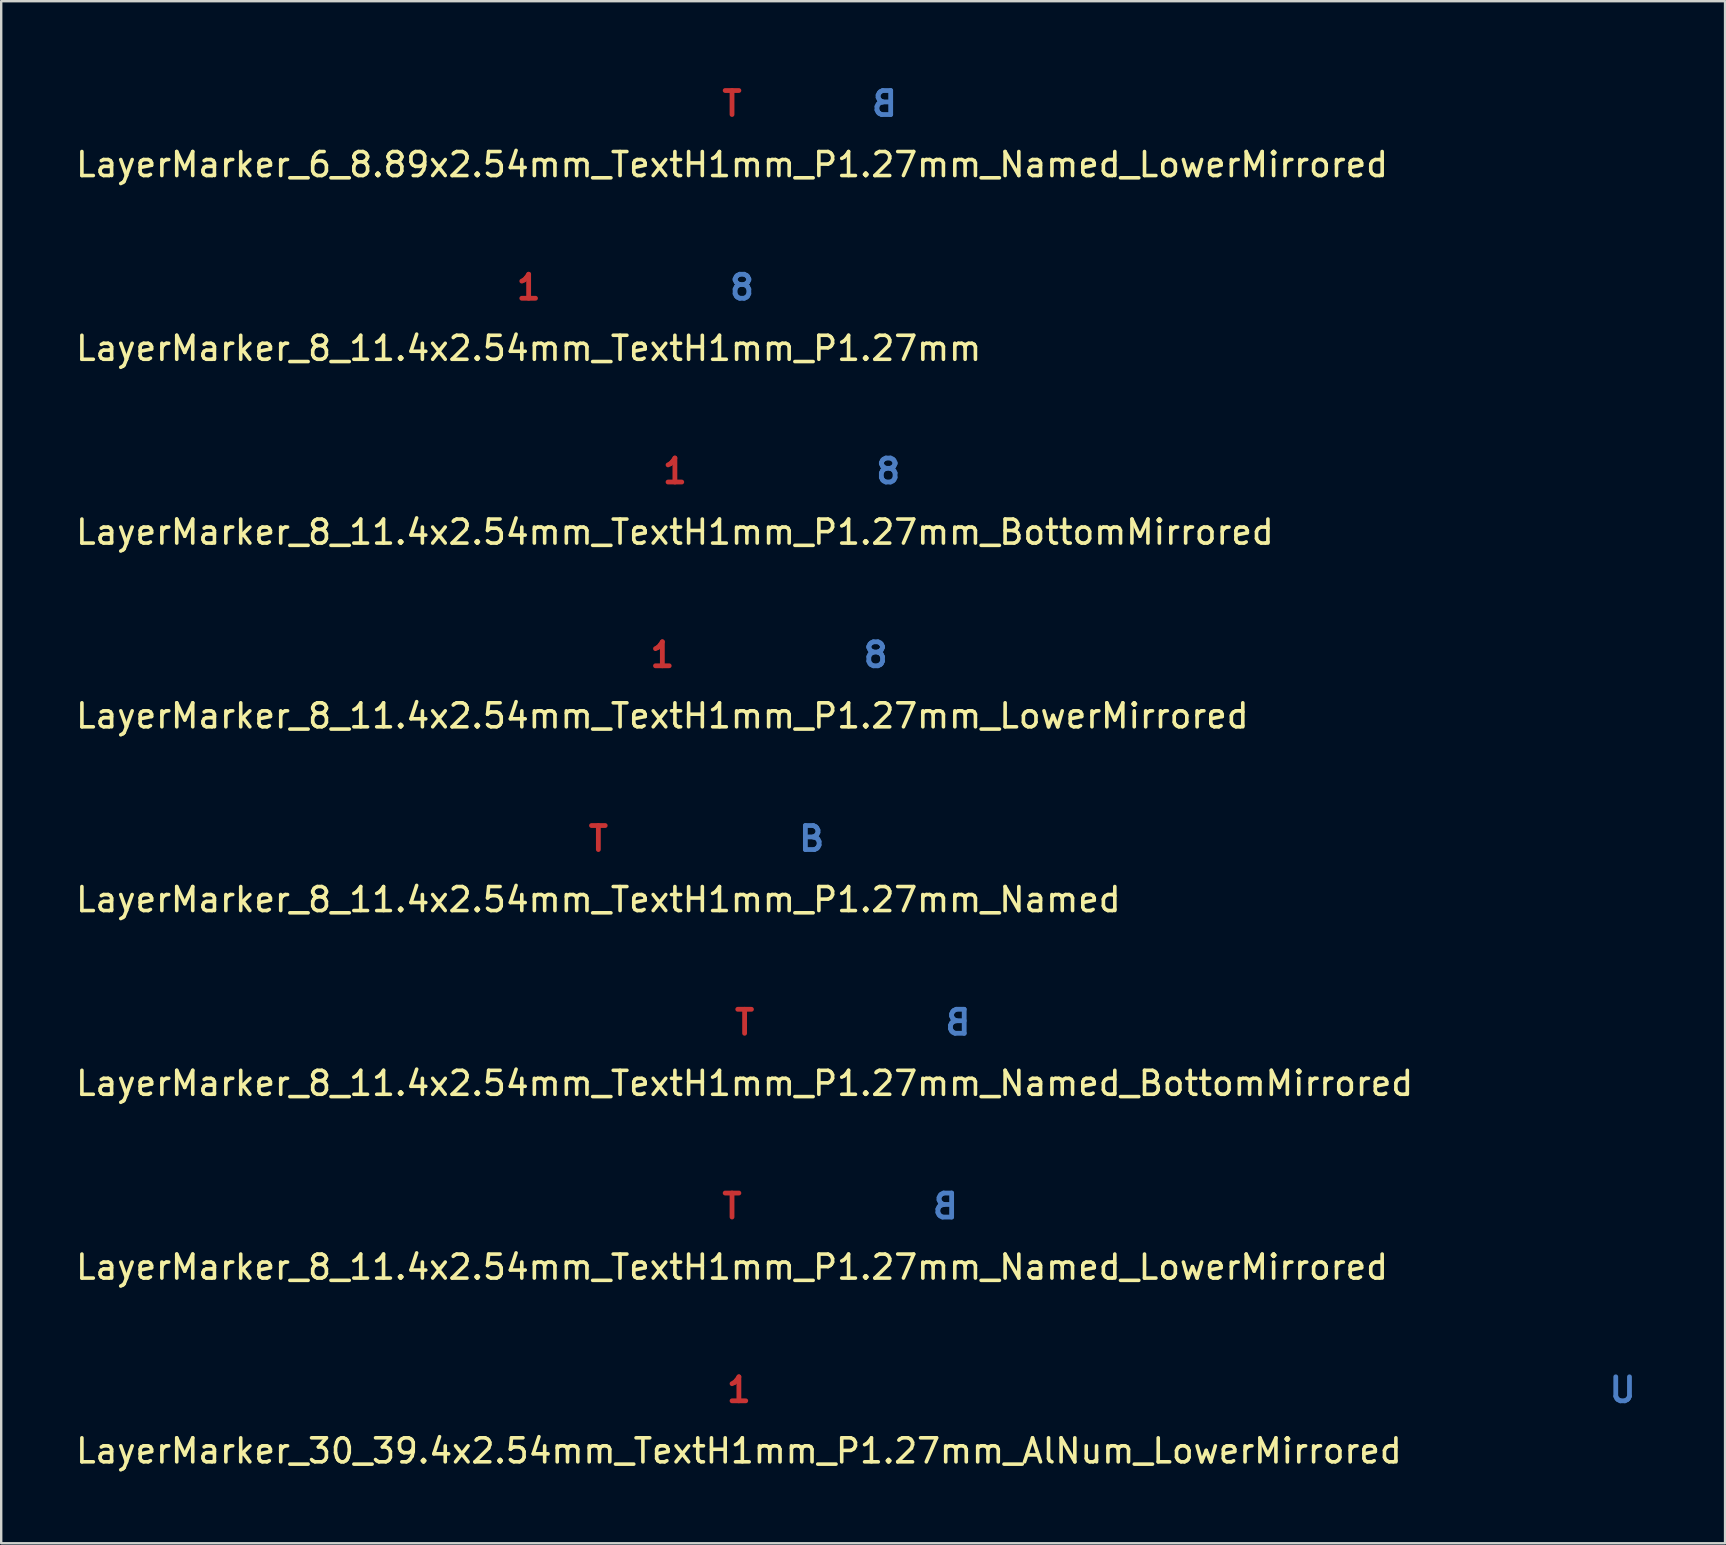
<source format=kicad_pcb>
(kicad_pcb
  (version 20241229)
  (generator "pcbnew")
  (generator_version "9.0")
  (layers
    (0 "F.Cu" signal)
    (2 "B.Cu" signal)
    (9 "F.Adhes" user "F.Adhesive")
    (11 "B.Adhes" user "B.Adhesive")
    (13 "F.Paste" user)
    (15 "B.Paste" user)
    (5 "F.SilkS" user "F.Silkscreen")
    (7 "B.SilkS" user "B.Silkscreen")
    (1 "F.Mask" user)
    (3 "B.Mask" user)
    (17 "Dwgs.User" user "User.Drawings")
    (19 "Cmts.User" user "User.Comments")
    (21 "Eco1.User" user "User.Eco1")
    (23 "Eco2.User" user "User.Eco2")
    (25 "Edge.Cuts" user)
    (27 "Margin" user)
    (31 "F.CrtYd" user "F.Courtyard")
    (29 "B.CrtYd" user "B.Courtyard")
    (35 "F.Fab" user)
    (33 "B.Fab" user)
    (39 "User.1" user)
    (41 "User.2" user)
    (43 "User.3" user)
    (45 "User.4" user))
  (footprint "LayerMarker_8_11.4x2.54mm_TextH1mm_P1.27mm_Named_BottomMirrored"
    (layer "F.Cu")
    (at 27.982 40.831)
    (property "Reference" "LayerMarker_8_11.4x2.54mm_TextH1mm_P1.27mm_Named_BottomMirrored" (at 0 1.27 0) (layer "F.SilkS") (effects (font (size 1 1) (thickness 0.15))))
    (attr board_only exclude_from_pos_files exclude_from_bom allow_missing_courtyard)
    (fp_text user "T" (at 0 -1.27 0) (layer "F.Cu") (effects (font (size 1 1) (thickness 0.2))))
    (fp_text user "B" (at 8.89 -1.27 0) (layer "B.Cu") (effects (font (size 1 1) (thickness 0.2)) (justify mirror)))
    (fp_text user "1" (at 1.27 -1.27 0) (layer "In1.Cu") (effects (font (size 1 1) (thickness 0.2))))
    (fp_text user "2" (at 2.54 -1.27 0) (layer "In2.Cu") (effects (font (size 1 1) (thickness 0.2))))
    (fp_text user "3" (at 3.81 -1.27 0) (layer "In3.Cu") (effects (font (size 1 1) (thickness 0.2))))
    (fp_text user "4" (at 5.08 -1.27 0) (layer "In4.Cu") (effects (font (size 1 1) (thickness 0.2))))
    (fp_text user "5" (at 6.35 -1.27 0) (layer "In5.Cu") (effects (font (size 1 1) (thickness 0.2))))
    (fp_text user "6" (at 7.62 -1.27 0) (layer "In6.Cu") (effects (font (size 1 1) (thickness 0.2))))
    (zone (net_name "") (layers "F.Cu" "B.Cu") (hatch edge 0.5) (connect_pads) (min_thickness 0.25) (filled_areas_thickness no) (keepout (tracks not_allowed) (vias not_allowed) (pads not_allowed) (copperpour not_allowed) (footprints allowed)) (placement (enabled no)) (fill) (polygon (pts (xy 26.712 38.291) (xy 38.142 38.291) (xy 38.142 40.831) (xy 26.712 40.831)))))
  (footprint "LayerMarker_30_39.4x2.54mm_TextH1mm_P1.27mm_AlNum_LowerMirrored"
    (layer "F.Cu")
    (at 27.744 56.148)
    (property "Reference" "LayerMarker_30_39.4x2.54mm_TextH1mm_P1.27mm_AlNum_LowerMirrored" (at 0 1.27 0) (layer "F.SilkS") (effects (font (size 1 1) (thickness 0.15))))
    (attr board_only exclude_from_pos_files exclude_from_bom allow_missing_courtyard)
    (fp_text user "1" (at 0 -1.27 0) (layer "F.Cu") (effects (font (size 1 1) (thickness 0.2))))
    (fp_text user "U" (at 36.83 -1.27 0) (layer "B.Cu") (effects (font (size 1 1) (thickness 0.2)) (justify mirror)))
    (fp_text user "2" (at 1.27 -1.27 0) (layer "In1.Cu") (effects (font (size 1 1) (thickness 0.2))))
    (fp_text user "3" (at 2.54 -1.27 0) (layer "In2.Cu") (effects (font (size 1 1) (thickness 0.2))))
    (fp_text user "4" (at 3.81 -1.27 0) (layer "In3.Cu") (effects (font (size 1 1) (thickness 0.2))))
    (fp_text user "5" (at 5.08 -1.27 0) (layer "In4.Cu") (effects (font (size 1 1) (thickness 0.2))))
    (fp_text user "6" (at 6.35 -1.27 0) (layer "In5.Cu") (effects (font (size 1 1) (thickness 0.2))))
    (fp_text user "7" (at 7.62 -1.27 0) (layer "In6.Cu") (effects (font (size 1 1) (thickness 0.2))))
    (fp_text user "8" (at 8.89 -1.27 0) (layer "In7.Cu") (effects (font (size 1 1) (thickness 0.2))))
    (fp_text user "9" (at 10.16 -1.27 0) (layer "In8.Cu") (effects (font (size 1 1) (thickness 0.2))))
    (fp_text user "A" (at 11.43 -1.27 0) (layer "In9.Cu") (effects (font (size 1 1) (thickness 0.2))))
    (fp_text user "B" (at 12.7 -1.27 0) (layer "In10.Cu") (effects (font (size 1 1) (thickness 0.2))))
    (fp_text user "C" (at 13.97 -1.27 0) (layer "In11.Cu") (effects (font (size 1 1) (thickness 0.2))))
    (fp_text user "D" (at 15.24 -1.27 0) (layer "In12.Cu") (effects (font (size 1 1) (thickness 0.2))))
    (fp_text user "E" (at 16.51 -1.27 0) (layer "In13.Cu") (effects (font (size 1 1) (thickness 0.2))))
    (fp_text user "F" (at 17.78 -1.27 0) (layer "In14.Cu") (effects (font (size 1 1) (thickness 0.2))))
    (fp_text user "G" (at 19.05 -1.27 0) (layer "In15.Cu") (effects (font (size 1 1) (thickness 0.2)) (justify mirror)))
    (fp_text user "H" (at 20.32 -1.27 0) (layer "In16.Cu") (effects (font (size 1 1) (thickness 0.2)) (justify mirror)))
    (fp_text user "I" (at 21.59 -1.27 0) (layer "In17.Cu") (effects (font (size 1 1) (thickness 0.2)) (justify mirror)))
    (fp_text user "J" (at 22.86 -1.27 0) (layer "In18.Cu") (effects (font (size 1 1) (thickness 0.2)) (justify mirror)))
    (fp_text user "K" (at 24.13 -1.27 0) (layer "In19.Cu") (effects (font (size 1 1) (thickness 0.2)) (justify mirror)))
    (fp_text user "L" (at 25.4 -1.27 0) (layer "In20.Cu") (effects (font (size 1 1) (thickness 0.2)) (justify mirror)))
    (fp_text user "M" (at 26.67 -1.27 0) (layer "In21.Cu") (effects (font (size 1 1) (thickness 0.2)) (justify mirror)))
    (fp_text user "N" (at 27.94 -1.27 0) (layer "In22.Cu") (effects (font (size 1 1) (thickness 0.2)) (justify mirror)))
    (fp_text user "O" (at 29.21 -1.27 0) (layer "In23.Cu") (effects (font (size 1 1) (thickness 0.2)) (justify mirror)))
    (fp_text user "P" (at 30.48 -1.27 0) (layer "In24.Cu") (effects (font (size 1 1) (thickness 0.2)) (justify mirror)))
    (fp_text user "Q" (at 31.75 -1.27 0) (layer "In25.Cu") (effects (font (size 1 1) (thickness 0.2)) (justify mirror)))
    (fp_text user "R" (at 33.02 -1.27 0) (layer "In26.Cu") (effects (font (size 1 1) (thickness 0.2)) (justify mirror)))
    (fp_text user "S" (at 34.29 -1.27 0) (layer "In27.Cu") (effects (font (size 1 1) (thickness 0.2)) (justify mirror)))
    (fp_text user "T" (at 35.56 -1.27 0) (layer "In28.Cu") (effects (font (size 1 1) (thickness 0.2)) (justify mirror)))
    (zone (net_name "") (layers "F.Cu" "B.Cu") (hatch edge 0.5) (connect_pads) (min_thickness 0.25) (filled_areas_thickness no) (keepout (tracks not_allowed) (vias not_allowed) (pads not_allowed) (copperpour not_allowed) (footprints allowed)) (placement (enabled no)) (fill) (polygon (pts (xy 26.474 53.608) (xy 65.844 53.608) (xy 65.844 56.148) (xy 26.474 56.148)))))
  (footprint "LayerMarker_6_8.89x2.54mm_TextH1mm_P1.27mm_Named_LowerMirrored"
    (layer "F.Cu")
    (at 27.458 2.54)
    (property "Reference" "LayerMarker_6_8.89x2.54mm_TextH1mm_P1.27mm_Named_LowerMirrored" (at 0 1.27 0) (layer "F.SilkS") (effects (font (size 1 1) (thickness 0.15))))
    (attr board_only exclude_from_pos_files exclude_from_bom allow_missing_courtyard)
    (fp_text user "T" (at 0 -1.27 0) (layer "F.Cu") (effects (font (size 1 1) (thickness 0.2))))
    (fp_text user "B" (at 6.35 -1.27 0) (layer "B.Cu") (effects (font (size 1 1) (thickness 0.2)) (justify mirror)))
    (fp_text user "1" (at 1.27 -1.27 0) (layer "In1.Cu") (effects (font (size 1 1) (thickness 0.2))))
    (fp_text user "2" (at 2.54 -1.27 0) (layer "In2.Cu") (effects (font (size 1 1) (thickness 0.2))))
    (fp_text user "3" (at 3.81 -1.27 0) (layer "In3.Cu") (effects (font (size 1 1) (thickness 0.2)) (justify mirror)))
    (fp_text user "4" (at 5.08 -1.27 0) (layer "In4.Cu") (effects (font (size 1 1) (thickness 0.2)) (justify mirror)))
    (zone (net_name "") (layers "F.Cu" "B.Cu") (hatch edge 0.5) (connect_pads) (min_thickness 0.25) (filled_areas_thickness no) (keepout (tracks not_allowed) (vias not_allowed) (pads not_allowed) (copperpour not_allowed) (footprints allowed)) (placement (enabled no)) (fill) (polygon (pts (xy 26.188 0) (xy 35.078 0) (xy 35.078 2.54) (xy 26.188 2.54)))))
  (footprint "LayerMarker_8_11.4x2.54mm_TextH1mm_P1.27mm_LowerMirrored"
    (layer "F.Cu")
    (at 24.554 25.515)
    (property "Reference" "LayerMarker_8_11.4x2.54mm_TextH1mm_P1.27mm_LowerMirrored" (at 0 1.27 0) (layer "F.SilkS") (effects (font (size 1 1) (thickness 0.15))))
    (attr board_only exclude_from_pos_files exclude_from_bom allow_missing_courtyard)
    (fp_text user "1" (at 0 -1.27 0) (layer "F.Cu") (effects (font (size 1 1) (thickness 0.2))))
    (fp_text user "8" (at 8.89 -1.27 0) (layer "B.Cu") (effects (font (size 1 1) (thickness 0.2)) (justify mirror)))
    (fp_text user "2" (at 1.27 -1.27 0) (layer "In1.Cu") (effects (font (size 1 1) (thickness 0.2))))
    (fp_text user "3" (at 2.54 -1.27 0) (layer "In2.Cu") (effects (font (size 1 1) (thickness 0.2))))
    (fp_text user "4" (at 3.81 -1.27 0) (layer "In3.Cu") (effects (font (size 1 1) (thickness 0.2))))
    (fp_text user "5" (at 5.08 -1.27 0) (layer "In4.Cu") (effects (font (size 1 1) (thickness 0.2)) (justify mirror)))
    (fp_text user "6" (at 6.35 -1.27 0) (layer "In5.Cu") (effects (font (size 1 1) (thickness 0.2)) (justify mirror)))
    (fp_text user "7" (at 7.62 -1.27 0) (layer "In6.Cu") (effects (font (size 1 1) (thickness 0.2)) (justify mirror)))
    (zone (net_name "") (layers "F.Cu" "B.Cu") (hatch edge 0.5) (connect_pads) (min_thickness 0.25) (filled_areas_thickness no) (keepout (tracks not_allowed) (vias not_allowed) (pads not_allowed) (copperpour not_allowed) (footprints allowed)) (placement (enabled no)) (fill) (polygon (pts (xy 23.284 22.975) (xy 34.714 22.975) (xy 34.714 25.515) (xy 23.284 25.515)))))
  (footprint "LayerMarker_8_11.4x2.54mm_TextH1mm_P1.27mm"
    (layer "F.Cu")
    (at 18.982 10.198)
    (property "Reference" "LayerMarker_8_11.4x2.54mm_TextH1mm_P1.27mm" (at 0 1.27 0) (layer "F.SilkS") (effects (font (size 1 1) (thickness 0.15))))
    (attr board_only exclude_from_pos_files exclude_from_bom allow_missing_courtyard)
    (fp_text user "1" (at 0 -1.27 0) (layer "F.Cu") (effects (font (size 1 1) (thickness 0.2))))
    (fp_text user "8" (at 8.89 -1.27 0) (layer "B.Cu") (effects (font (size 1 1) (thickness 0.2))))
    (fp_text user "2" (at 1.27 -1.27 0) (layer "In1.Cu") (effects (font (size 1 1) (thickness 0.2))))
    (fp_text user "3" (at 2.54 -1.27 0) (layer "In2.Cu") (effects (font (size 1 1) (thickness 0.2))))
    (fp_text user "4" (at 3.81 -1.27 0) (layer "In3.Cu") (effects (font (size 1 1) (thickness 0.2))))
    (fp_text user "5" (at 5.08 -1.27 0) (layer "In4.Cu") (effects (font (size 1 1) (thickness 0.2))))
    (fp_text user "6" (at 6.35 -1.27 0) (layer "In5.Cu") (effects (font (size 1 1) (thickness 0.2))))
    (fp_text user "7" (at 7.62 -1.27 0) (layer "In6.Cu") (effects (font (size 1 1) (thickness 0.2))))
    (zone (net_name "") (layers "F.Cu" "B.Cu") (hatch edge 0.5) (connect_pads) (min_thickness 0.25) (filled_areas_thickness no) (keepout (tracks not_allowed) (vias not_allowed) (pads not_allowed) (copperpour not_allowed) (footprints allowed)) (placement (enabled no)) (fill) (polygon (pts (xy 17.712 7.658) (xy 29.142 7.658) (xy 29.142 10.198) (xy 17.712 10.198)))))
  (footprint "LayerMarker_8_11.4x2.54mm_TextH1mm_P1.27mm_Named"
    (layer "F.Cu")
    (at 21.887 33.173)
    (property "Reference" "LayerMarker_8_11.4x2.54mm_TextH1mm_P1.27mm_Named" (at 0 1.27 0) (layer "F.SilkS") (effects (font (size 1 1) (thickness 0.15))))
    (attr board_only exclude_from_pos_files exclude_from_bom allow_missing_courtyard)
    (fp_text user "T" (at 0 -1.27 0) (layer "F.Cu") (effects (font (size 1 1) (thickness 0.2))))
    (fp_text user "B" (at 8.89 -1.27 0) (layer "B.Cu") (effects (font (size 1 1) (thickness 0.2))))
    (fp_text user "1" (at 1.27 -1.27 0) (layer "In1.Cu") (effects (font (size 1 1) (thickness 0.2))))
    (fp_text user "2" (at 2.54 -1.27 0) (layer "In2.Cu") (effects (font (size 1 1) (thickness 0.2))))
    (fp_text user "3" (at 3.81 -1.27 0) (layer "In3.Cu") (effects (font (size 1 1) (thickness 0.2))))
    (fp_text user "4" (at 5.08 -1.27 0) (layer "In4.Cu") (effects (font (size 1 1) (thickness 0.2))))
    (fp_text user "5" (at 6.35 -1.27 0) (layer "In5.Cu") (effects (font (size 1 1) (thickness 0.2))))
    (fp_text user "6" (at 7.62 -1.27 0) (layer "In6.Cu") (effects (font (size 1 1) (thickness 0.2))))
    (zone (net_name "") (layers "F.Cu" "B.Cu") (hatch edge 0.5) (connect_pads) (min_thickness 0.25) (filled_areas_thickness no) (keepout (tracks not_allowed) (vias not_allowed) (pads not_allowed) (copperpour not_allowed) (footprints allowed)) (placement (enabled no)) (fill) (polygon (pts (xy 20.617 30.633) (xy 32.047 30.633) (xy 32.047 33.173) (xy 20.617 33.173)))))
  (footprint "LayerMarker_8_11.4x2.54mm_TextH1mm_P1.27mm_Named_LowerMirrored"
    (layer "F.Cu")
    (at 27.458 48.489)
    (property "Reference" "LayerMarker_8_11.4x2.54mm_TextH1mm_P1.27mm_Named_LowerMirrored" (at 0 1.27 0) (layer "F.SilkS") (effects (font (size 1 1) (thickness 0.15))))
    (attr board_only exclude_from_pos_files exclude_from_bom allow_missing_courtyard)
    (fp_text user "T" (at 0 -1.27 0) (layer "F.Cu") (effects (font (size 1 1) (thickness 0.2))))
    (fp_text user "B" (at 8.89 -1.27 0) (layer "B.Cu") (effects (font (size 1 1) (thickness 0.2)) (justify mirror)))
    (fp_text user "1" (at 1.27 -1.27 0) (layer "In1.Cu") (effects (font (size 1 1) (thickness 0.2))))
    (fp_text user "2" (at 2.54 -1.27 0) (layer "In2.Cu") (effects (font (size 1 1) (thickness 0.2))))
    (fp_text user "3" (at 3.81 -1.27 0) (layer "In3.Cu") (effects (font (size 1 1) (thickness 0.2))))
    (fp_text user "4" (at 5.08 -1.27 0) (layer "In4.Cu") (effects (font (size 1 1) (thickness 0.2)) (justify mirror)))
    (fp_text user "5" (at 6.35 -1.27 0) (layer "In5.Cu") (effects (font (size 1 1) (thickness 0.2)) (justify mirror)))
    (fp_text user "6" (at 7.62 -1.27 0) (layer "In6.Cu") (effects (font (size 1 1) (thickness 0.2)) (justify mirror)))
    (zone (net_name "") (layers "F.Cu" "B.Cu") (hatch edge 0.5) (connect_pads) (min_thickness 0.25) (filled_areas_thickness no) (keepout (tracks not_allowed) (vias not_allowed) (pads not_allowed) (copperpour not_allowed) (footprints allowed)) (placement (enabled no)) (fill) (polygon (pts (xy 26.188 45.95) (xy 37.618 45.95) (xy 37.618 48.489) (xy 26.188 48.489)))))
  (footprint "LayerMarker_8_11.4x2.54mm_TextH1mm_P1.27mm_BottomMirrored"
    (layer "F.Cu")
    (at 25.077 17.857)
    (property "Reference" "LayerMarker_8_11.4x2.54mm_TextH1mm_P1.27mm_BottomMirrored" (at 0 1.27 0) (layer "F.SilkS") (effects (font (size 1 1) (thickness 0.15))))
    (attr board_only exclude_from_pos_files exclude_from_bom allow_missing_courtyard)
    (fp_text user "1" (at 0 -1.27 0) (layer "F.Cu") (effects (font (size 1 1) (thickness 0.2))))
    (fp_text user "8" (at 8.89 -1.27 0) (layer "B.Cu") (effects (font (size 1 1) (thickness 0.2)) (justify mirror)))
    (fp_text user "2" (at 1.27 -1.27 0) (layer "In1.Cu") (effects (font (size 1 1) (thickness 0.2))))
    (fp_text user "3" (at 2.54 -1.27 0) (layer "In2.Cu") (effects (font (size 1 1) (thickness 0.2))))
    (fp_text user "4" (at 3.81 -1.27 0) (layer "In3.Cu") (effects (font (size 1 1) (thickness 0.2))))
    (fp_text user "5" (at 5.08 -1.27 0) (layer "In4.Cu") (effects (font (size 1 1) (thickness 0.2))))
    (fp_text user "6" (at 6.35 -1.27 0) (layer "In5.Cu") (effects (font (size 1 1) (thickness 0.2))))
    (fp_text user "7" (at 7.62 -1.27 0) (layer "In6.Cu") (effects (font (size 1 1) (thickness 0.2))))
    (zone (net_name "") (layers "F.Cu" "B.Cu") (hatch edge 0.5) (connect_pads) (min_thickness 0.25) (filled_areas_thickness no) (keepout (tracks not_allowed) (vias not_allowed) (pads not_allowed) (copperpour not_allowed) (footprints allowed)) (placement (enabled no)) (fill) (polygon (pts (xy 23.807 15.316) (xy 35.237 15.316) (xy 35.237 17.857) (xy 23.807 17.857)))))
  (gr_rect
    (start -3 -3)
    (end 68.844 61.266)
    (stroke (width 0.1) (type default))
    (fill no)
    (layer "Edge.Cuts")))
</source>
